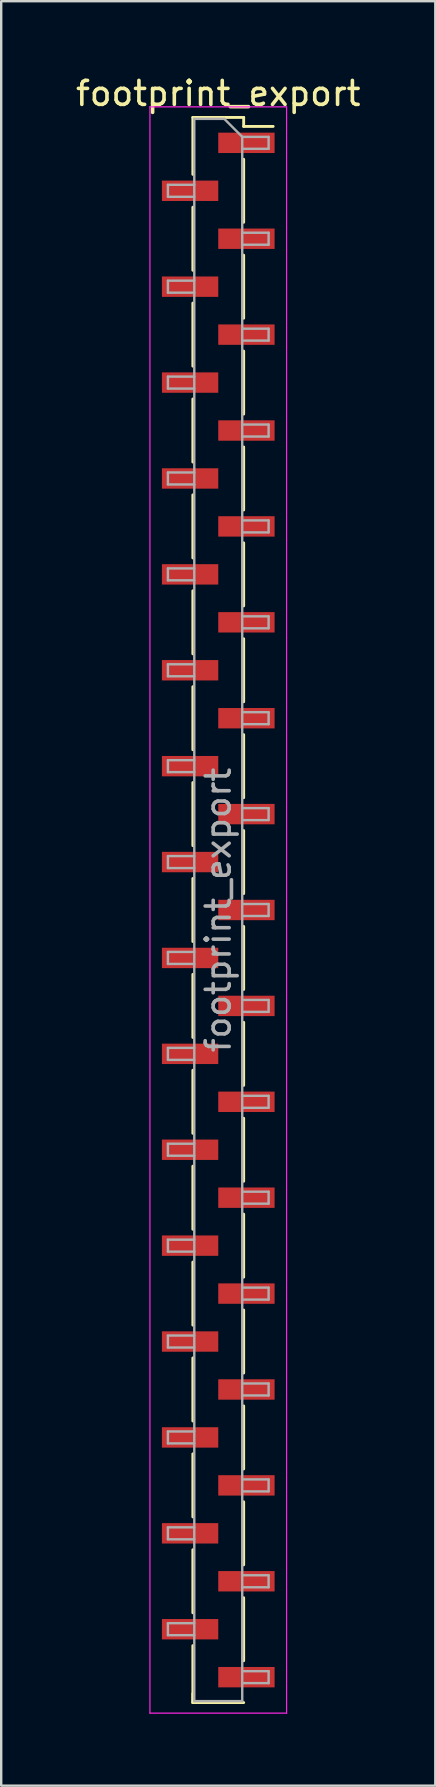
<source format=kicad_pcb>
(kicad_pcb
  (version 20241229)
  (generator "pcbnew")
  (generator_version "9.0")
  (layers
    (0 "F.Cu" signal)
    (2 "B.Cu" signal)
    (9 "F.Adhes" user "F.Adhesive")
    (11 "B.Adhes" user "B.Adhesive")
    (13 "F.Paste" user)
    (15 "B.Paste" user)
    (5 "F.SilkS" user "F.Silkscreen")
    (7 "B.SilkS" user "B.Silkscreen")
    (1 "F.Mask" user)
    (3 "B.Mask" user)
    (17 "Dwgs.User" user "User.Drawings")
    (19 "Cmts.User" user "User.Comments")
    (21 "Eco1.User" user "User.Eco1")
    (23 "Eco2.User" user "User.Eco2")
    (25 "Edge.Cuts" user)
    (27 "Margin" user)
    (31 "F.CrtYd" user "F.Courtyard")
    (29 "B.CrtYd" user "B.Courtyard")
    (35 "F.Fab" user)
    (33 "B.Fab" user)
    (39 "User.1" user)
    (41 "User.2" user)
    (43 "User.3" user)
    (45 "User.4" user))
  (footprint "footprint_export"
    (layer "F.Cu")
    (at 6.054 34.908)
    (property "Reference" "footprint_export" (at 0 -34.06 0) (layer "F.SilkS") (effects (font (size 1 1) (thickness 0.15))))
    (attr smd)
    (fp_line (start -1.06 -33.06) (end -1.06 -30.685) (stroke (width 0.12) (type solid)) (layer "F.SilkS"))
    (fp_line (start -1.06 -33.06) (end 1.06 -33.06) (stroke (width 0.12) (type solid)) (layer "F.SilkS"))
    (fp_line (start -1.06 -29.315) (end -1.06 -26.685) (stroke (width 0.12) (type solid)) (layer "F.SilkS"))
    (fp_line (start -1.06 -25.315) (end -1.06 -22.685) (stroke (width 0.12) (type solid)) (layer "F.SilkS"))
    (fp_line (start -1.06 -21.315) (end -1.06 -18.685) (stroke (width 0.12) (type solid)) (layer "F.SilkS"))
    (fp_line (start -1.06 -17.315) (end -1.06 -14.685) (stroke (width 0.12) (type solid)) (layer "F.SilkS"))
    (fp_line (start -1.06 -13.315) (end -1.06 -10.685) (stroke (width 0.12) (type solid)) (layer "F.SilkS"))
    (fp_line (start -1.06 -9.315) (end -1.06 -6.685) (stroke (width 0.12) (type solid)) (layer "F.SilkS"))
    (fp_line (start -1.06 -5.315) (end -1.06 -2.685) (stroke (width 0.12) (type solid)) (layer "F.SilkS"))
    (fp_line (start -1.06 -1.315) (end -1.06 1.315) (stroke (width 0.12) (type solid)) (layer "F.SilkS"))
    (fp_line (start -1.06 2.685) (end -1.06 5.315) (stroke (width 0.12) (type solid)) (layer "F.SilkS"))
    (fp_line (start -1.06 6.685) (end -1.06 9.315) (stroke (width 0.12) (type solid)) (layer "F.SilkS"))
    (fp_line (start -1.06 10.685) (end -1.06 13.315) (stroke (width 0.12) (type solid)) (layer "F.SilkS"))
    (fp_line (start -1.06 14.685) (end -1.06 17.315) (stroke (width 0.12) (type solid)) (layer "F.SilkS"))
    (fp_line (start -1.06 18.685) (end -1.06 21.315) (stroke (width 0.12) (type solid)) (layer "F.SilkS"))
    (fp_line (start -1.06 22.685) (end -1.06 25.315) (stroke (width 0.12) (type solid)) (layer "F.SilkS"))
    (fp_line (start -1.06 26.685) (end -1.06 29.315) (stroke (width 0.12) (type solid)) (layer "F.SilkS"))
    (fp_line (start -1.06 30.685) (end -1.06 33.06) (stroke (width 0.12) (type solid)) (layer "F.SilkS"))
    (fp_line (start -1.06 32.685) (end -1.06 33.06) (stroke (width 0.12) (type solid)) (layer "F.SilkS"))
    (fp_line (start -1.06 33.06) (end 1.06 33.06) (stroke (width 0.12) (type solid)) (layer "F.SilkS"))
    (fp_line (start 1.06 -33.06) (end 1.06 -32.685) (stroke (width 0.12) (type solid)) (layer "F.SilkS"))
    (fp_line (start 1.06 -32.685) (end 2.29 -32.685) (stroke (width 0.12) (type solid)) (layer "F.SilkS"))
    (fp_line (start 1.06 -31.315) (end 1.06 -28.685) (stroke (width 0.12) (type solid)) (layer "F.SilkS"))
    (fp_line (start 1.06 -27.315) (end 1.06 -24.685) (stroke (width 0.12) (type solid)) (layer "F.SilkS"))
    (fp_line (start 1.06 -23.315) (end 1.06 -20.685) (stroke (width 0.12) (type solid)) (layer "F.SilkS"))
    (fp_line (start 1.06 -19.315) (end 1.06 -16.685) (stroke (width 0.12) (type solid)) (layer "F.SilkS"))
    (fp_line (start 1.06 -15.315) (end 1.06 -12.685) (stroke (width 0.12) (type solid)) (layer "F.SilkS"))
    (fp_line (start 1.06 -11.315) (end 1.06 -8.685) (stroke (width 0.12) (type solid)) (layer "F.SilkS"))
    (fp_line (start 1.06 -7.315) (end 1.06 -4.685) (stroke (width 0.12) (type solid)) (layer "F.SilkS"))
    (fp_line (start 1.06 -3.315) (end 1.06 -0.685) (stroke (width 0.12) (type solid)) (layer "F.SilkS"))
    (fp_line (start 1.06 0.685) (end 1.06 3.315) (stroke (width 0.12) (type solid)) (layer "F.SilkS"))
    (fp_line (start 1.06 4.685) (end 1.06 7.315) (stroke (width 0.12) (type solid)) (layer "F.SilkS"))
    (fp_line (start 1.06 8.685) (end 1.06 11.315) (stroke (width 0.12) (type solid)) (layer "F.SilkS"))
    (fp_line (start 1.06 12.685) (end 1.06 15.315) (stroke (width 0.12) (type solid)) (layer "F.SilkS"))
    (fp_line (start 1.06 16.685) (end 1.06 19.315) (stroke (width 0.12) (type solid)) (layer "F.SilkS"))
    (fp_line (start 1.06 20.685) (end 1.06 23.315) (stroke (width 0.12) (type solid)) (layer "F.SilkS"))
    (fp_line (start 1.06 24.685) (end 1.06 27.315) (stroke (width 0.12) (type solid)) (layer "F.SilkS"))
    (fp_line (start 1.06 28.685) (end 1.06 31.315) (stroke (width 0.12) (type solid)) (layer "F.SilkS"))
    (fp_line (start -2.85 -33.5) (end -2.85 33.5) (stroke (width 0.05) (type solid)) (layer "F.CrtYd"))
    (fp_line (start -2.85 33.5) (end 2.85 33.5) (stroke (width 0.05) (type solid)) (layer "F.CrtYd"))
    (fp_line (start 2.85 -33.5) (end -2.85 -33.5) (stroke (width 0.05) (type solid)) (layer "F.CrtYd"))
    (fp_line (start 2.85 33.5) (end 2.85 -33.5) (stroke (width 0.05) (type solid)) (layer "F.CrtYd"))
    (fp_line (start -2.1 -30.25) (end -2.1 -29.75) (stroke (width 0.1) (type solid)) (layer "F.Fab"))
    (fp_line (start -2.1 -29.75) (end -1 -29.75) (stroke (width 0.1) (type solid)) (layer "F.Fab"))
    (fp_line (start -2.1 -26.25) (end -2.1 -25.75) (stroke (width 0.1) (type solid)) (layer "F.Fab"))
    (fp_line (start -2.1 -25.75) (end -1 -25.75) (stroke (width 0.1) (type solid)) (layer "F.Fab"))
    (fp_line (start -2.1 -22.25) (end -2.1 -21.75) (stroke (width 0.1) (type solid)) (layer "F.Fab"))
    (fp_line (start -2.1 -21.75) (end -1 -21.75) (stroke (width 0.1) (type solid)) (layer "F.Fab"))
    (fp_line (start -2.1 -18.25) (end -2.1 -17.75) (stroke (width 0.1) (type solid)) (layer "F.Fab"))
    (fp_line (start -2.1 -17.75) (end -1 -17.75) (stroke (width 0.1) (type solid)) (layer "F.Fab"))
    (fp_line (start -2.1 -14.25) (end -2.1 -13.75) (stroke (width 0.1) (type solid)) (layer "F.Fab"))
    (fp_line (start -2.1 -13.75) (end -1 -13.75) (stroke (width 0.1) (type solid)) (layer "F.Fab"))
    (fp_line (start -2.1 -10.25) (end -2.1 -9.75) (stroke (width 0.1) (type solid)) (layer "F.Fab"))
    (fp_line (start -2.1 -9.75) (end -1 -9.75) (stroke (width 0.1) (type solid)) (layer "F.Fab"))
    (fp_line (start -2.1 -6.25) (end -2.1 -5.75) (stroke (width 0.1) (type solid)) (layer "F.Fab"))
    (fp_line (start -2.1 -5.75) (end -1 -5.75) (stroke (width 0.1) (type solid)) (layer "F.Fab"))
    (fp_line (start -2.1 -2.25) (end -2.1 -1.75) (stroke (width 0.1) (type solid)) (layer "F.Fab"))
    (fp_line (start -2.1 -1.75) (end -1 -1.75) (stroke (width 0.1) (type solid)) (layer "F.Fab"))
    (fp_line (start -2.1 1.75) (end -2.1 2.25) (stroke (width 0.1) (type solid)) (layer "F.Fab"))
    (fp_line (start -2.1 2.25) (end -1 2.25) (stroke (width 0.1) (type solid)) (layer "F.Fab"))
    (fp_line (start -2.1 5.75) (end -2.1 6.25) (stroke (width 0.1) (type solid)) (layer "F.Fab"))
    (fp_line (start -2.1 6.25) (end -1 6.25) (stroke (width 0.1) (type solid)) (layer "F.Fab"))
    (fp_line (start -2.1 9.75) (end -2.1 10.25) (stroke (width 0.1) (type solid)) (layer "F.Fab"))
    (fp_line (start -2.1 10.25) (end -1 10.25) (stroke (width 0.1) (type solid)) (layer "F.Fab"))
    (fp_line (start -2.1 13.75) (end -2.1 14.25) (stroke (width 0.1) (type solid)) (layer "F.Fab"))
    (fp_line (start -2.1 14.25) (end -1 14.25) (stroke (width 0.1) (type solid)) (layer "F.Fab"))
    (fp_line (start -2.1 17.75) (end -2.1 18.25) (stroke (width 0.1) (type solid)) (layer "F.Fab"))
    (fp_line (start -2.1 18.25) (end -1 18.25) (stroke (width 0.1) (type solid)) (layer "F.Fab"))
    (fp_line (start -2.1 21.75) (end -2.1 22.25) (stroke (width 0.1) (type solid)) (layer "F.Fab"))
    (fp_line (start -2.1 22.25) (end -1 22.25) (stroke (width 0.1) (type solid)) (layer "F.Fab"))
    (fp_line (start -2.1 25.75) (end -2.1 26.25) (stroke (width 0.1) (type solid)) (layer "F.Fab"))
    (fp_line (start -2.1 26.25) (end -1 26.25) (stroke (width 0.1) (type solid)) (layer "F.Fab"))
    (fp_line (start -2.1 29.75) (end -2.1 30.25) (stroke (width 0.1) (type solid)) (layer "F.Fab"))
    (fp_line (start -2.1 30.25) (end -1 30.25) (stroke (width 0.1) (type solid)) (layer "F.Fab"))
    (fp_line (start -1 -33) (end -1 33) (stroke (width 0.1) (type solid)) (layer "F.Fab"))
    (fp_line (start -1 -33) (end 0.25 -33) (stroke (width 0.1) (type solid)) (layer "F.Fab"))
    (fp_line (start -1 -30.25) (end -2.1 -30.25) (stroke (width 0.1) (type solid)) (layer "F.Fab"))
    (fp_line (start -1 -26.25) (end -2.1 -26.25) (stroke (width 0.1) (type solid)) (layer "F.Fab"))
    (fp_line (start -1 -22.25) (end -2.1 -22.25) (stroke (width 0.1) (type solid)) (layer "F.Fab"))
    (fp_line (start -1 -18.25) (end -2.1 -18.25) (stroke (width 0.1) (type solid)) (layer "F.Fab"))
    (fp_line (start -1 -14.25) (end -2.1 -14.25) (stroke (width 0.1) (type solid)) (layer "F.Fab"))
    (fp_line (start -1 -10.25) (end -2.1 -10.25) (stroke (width 0.1) (type solid)) (layer "F.Fab"))
    (fp_line (start -1 -6.25) (end -2.1 -6.25) (stroke (width 0.1) (type solid)) (layer "F.Fab"))
    (fp_line (start -1 -2.25) (end -2.1 -2.25) (stroke (width 0.1) (type solid)) (layer "F.Fab"))
    (fp_line (start -1 1.75) (end -2.1 1.75) (stroke (width 0.1) (type solid)) (layer "F.Fab"))
    (fp_line (start -1 5.75) (end -2.1 5.75) (stroke (width 0.1) (type solid)) (layer "F.Fab"))
    (fp_line (start -1 9.75) (end -2.1 9.75) (stroke (width 0.1) (type solid)) (layer "F.Fab"))
    (fp_line (start -1 13.75) (end -2.1 13.75) (stroke (width 0.1) (type solid)) (layer "F.Fab"))
    (fp_line (start -1 17.75) (end -2.1 17.75) (stroke (width 0.1) (type solid)) (layer "F.Fab"))
    (fp_line (start -1 21.75) (end -2.1 21.75) (stroke (width 0.1) (type solid)) (layer "F.Fab"))
    (fp_line (start -1 25.75) (end -2.1 25.75) (stroke (width 0.1) (type solid)) (layer "F.Fab"))
    (fp_line (start -1 29.75) (end -2.1 29.75) (stroke (width 0.1) (type solid)) (layer "F.Fab"))
    (fp_line (start 1 -32.25) (end 0.25 -33) (stroke (width 0.1) (type solid)) (layer "F.Fab"))
    (fp_line (start 1 -32.25) (end 2.1 -32.25) (stroke (width 0.1) (type solid)) (layer "F.Fab"))
    (fp_line (start 1 -28.25) (end 2.1 -28.25) (stroke (width 0.1) (type solid)) (layer "F.Fab"))
    (fp_line (start 1 -24.25) (end 2.1 -24.25) (stroke (width 0.1) (type solid)) (layer "F.Fab"))
    (fp_line (start 1 -20.25) (end 2.1 -20.25) (stroke (width 0.1) (type solid)) (layer "F.Fab"))
    (fp_line (start 1 -16.25) (end 2.1 -16.25) (stroke (width 0.1) (type solid)) (layer "F.Fab"))
    (fp_line (start 1 -12.25) (end 2.1 -12.25) (stroke (width 0.1) (type solid)) (layer "F.Fab"))
    (fp_line (start 1 -8.25) (end 2.1 -8.25) (stroke (width 0.1) (type solid)) (layer "F.Fab"))
    (fp_line (start 1 -4.25) (end 2.1 -4.25) (stroke (width 0.1) (type solid)) (layer "F.Fab"))
    (fp_line (start 1 -0.25) (end 2.1 -0.25) (stroke (width 0.1) (type solid)) (layer "F.Fab"))
    (fp_line (start 1 3.75) (end 2.1 3.75) (stroke (width 0.1) (type solid)) (layer "F.Fab"))
    (fp_line (start 1 7.75) (end 2.1 7.75) (stroke (width 0.1) (type solid)) (layer "F.Fab"))
    (fp_line (start 1 11.75) (end 2.1 11.75) (stroke (width 0.1) (type solid)) (layer "F.Fab"))
    (fp_line (start 1 15.75) (end 2.1 15.75) (stroke (width 0.1) (type solid)) (layer "F.Fab"))
    (fp_line (start 1 19.75) (end 2.1 19.75) (stroke (width 0.1) (type solid)) (layer "F.Fab"))
    (fp_line (start 1 23.75) (end 2.1 23.75) (stroke (width 0.1) (type solid)) (layer "F.Fab"))
    (fp_line (start 1 27.75) (end 2.1 27.75) (stroke (width 0.1) (type solid)) (layer "F.Fab"))
    (fp_line (start 1 31.75) (end 2.1 31.75) (stroke (width 0.1) (type solid)) (layer "F.Fab"))
    (fp_line (start 1 33) (end -1 33) (stroke (width 0.1) (type solid)) (layer "F.Fab"))
    (fp_line (start 1 33) (end 1 -32.25) (stroke (width 0.1) (type solid)) (layer "F.Fab"))
    (fp_line (start 2.1 -32.25) (end 2.1 -31.75) (stroke (width 0.1) (type solid)) (layer "F.Fab"))
    (fp_line (start 2.1 -31.75) (end 1 -31.75) (stroke (width 0.1) (type solid)) (layer "F.Fab"))
    (fp_line (start 2.1 -28.25) (end 2.1 -27.75) (stroke (width 0.1) (type solid)) (layer "F.Fab"))
    (fp_line (start 2.1 -27.75) (end 1 -27.75) (stroke (width 0.1) (type solid)) (layer "F.Fab"))
    (fp_line (start 2.1 -24.25) (end 2.1 -23.75) (stroke (width 0.1) (type solid)) (layer "F.Fab"))
    (fp_line (start 2.1 -23.75) (end 1 -23.75) (stroke (width 0.1) (type solid)) (layer "F.Fab"))
    (fp_line (start 2.1 -20.25) (end 2.1 -19.75) (stroke (width 0.1) (type solid)) (layer "F.Fab"))
    (fp_line (start 2.1 -19.75) (end 1 -19.75) (stroke (width 0.1) (type solid)) (layer "F.Fab"))
    (fp_line (start 2.1 -16.25) (end 2.1 -15.75) (stroke (width 0.1) (type solid)) (layer "F.Fab"))
    (fp_line (start 2.1 -15.75) (end 1 -15.75) (stroke (width 0.1) (type solid)) (layer "F.Fab"))
    (fp_line (start 2.1 -12.25) (end 2.1 -11.75) (stroke (width 0.1) (type solid)) (layer "F.Fab"))
    (fp_line (start 2.1 -11.75) (end 1 -11.75) (stroke (width 0.1) (type solid)) (layer "F.Fab"))
    (fp_line (start 2.1 -8.25) (end 2.1 -7.75) (stroke (width 0.1) (type solid)) (layer "F.Fab"))
    (fp_line (start 2.1 -7.75) (end 1 -7.75) (stroke (width 0.1) (type solid)) (layer "F.Fab"))
    (fp_line (start 2.1 -4.25) (end 2.1 -3.75) (stroke (width 0.1) (type solid)) (layer "F.Fab"))
    (fp_line (start 2.1 -3.75) (end 1 -3.75) (stroke (width 0.1) (type solid)) (layer "F.Fab"))
    (fp_line (start 2.1 -0.25) (end 2.1 0.25) (stroke (width 0.1) (type solid)) (layer "F.Fab"))
    (fp_line (start 2.1 0.25) (end 1 0.25) (stroke (width 0.1) (type solid)) (layer "F.Fab"))
    (fp_line (start 2.1 3.75) (end 2.1 4.25) (stroke (width 0.1) (type solid)) (layer "F.Fab"))
    (fp_line (start 2.1 4.25) (end 1 4.25) (stroke (width 0.1) (type solid)) (layer "F.Fab"))
    (fp_line (start 2.1 7.75) (end 2.1 8.25) (stroke (width 0.1) (type solid)) (layer "F.Fab"))
    (fp_line (start 2.1 8.25) (end 1 8.25) (stroke (width 0.1) (type solid)) (layer "F.Fab"))
    (fp_line (start 2.1 11.75) (end 2.1 12.25) (stroke (width 0.1) (type solid)) (layer "F.Fab"))
    (fp_line (start 2.1 12.25) (end 1 12.25) (stroke (width 0.1) (type solid)) (layer "F.Fab"))
    (fp_line (start 2.1 15.75) (end 2.1 16.25) (stroke (width 0.1) (type solid)) (layer "F.Fab"))
    (fp_line (start 2.1 16.25) (end 1 16.25) (stroke (width 0.1) (type solid)) (layer "F.Fab"))
    (fp_line (start 2.1 19.75) (end 2.1 20.25) (stroke (width 0.1) (type solid)) (layer "F.Fab"))
    (fp_line (start 2.1 20.25) (end 1 20.25) (stroke (width 0.1) (type solid)) (layer "F.Fab"))
    (fp_line (start 2.1 23.75) (end 2.1 24.25) (stroke (width 0.1) (type solid)) (layer "F.Fab"))
    (fp_line (start 2.1 24.25) (end 1 24.25) (stroke (width 0.1) (type solid)) (layer "F.Fab"))
    (fp_line (start 2.1 27.75) (end 2.1 28.25) (stroke (width 0.1) (type solid)) (layer "F.Fab"))
    (fp_line (start 2.1 28.25) (end 1 28.25) (stroke (width 0.1) (type solid)) (layer "F.Fab"))
    (fp_line (start 2.1 31.75) (end 2.1 32.25) (stroke (width 0.1) (type solid)) (layer "F.Fab"))
    (fp_line (start 2.1 32.25) (end 1 32.25) (stroke (width 0.1) (type solid)) (layer "F.Fab"))
    (fp_text user "${REFERENCE}" (at 0 0 90) (layer "F.Fab") (effects (font (size 1 1) (thickness 0.15))))
    (pad "1" smd rect (at 1.175 -32) (size 2.35 0.85) (layers "F.Cu" "F.Mask" "F.Paste"))
    (pad "2" smd rect (at -1.175 -30) (size 2.35 0.85) (layers "F.Cu" "F.Mask" "F.Paste"))
    (pad "3" smd rect (at 1.175 -28) (size 2.35 0.85) (layers "F.Cu" "F.Mask" "F.Paste"))
    (pad "4" smd rect (at -1.175 -26) (size 2.35 0.85) (layers "F.Cu" "F.Mask" "F.Paste"))
    (pad "5" smd rect (at 1.175 -24) (size 2.35 0.85) (layers "F.Cu" "F.Mask" "F.Paste"))
    (pad "6" smd rect (at -1.175 -22) (size 2.35 0.85) (layers "F.Cu" "F.Mask" "F.Paste"))
    (pad "7" smd rect (at 1.175 -20) (size 2.35 0.85) (layers "F.Cu" "F.Mask" "F.Paste"))
    (pad "8" smd rect (at -1.175 -18) (size 2.35 0.85) (layers "F.Cu" "F.Mask" "F.Paste"))
    (pad "9" smd rect (at 1.175 -16) (size 2.35 0.85) (layers "F.Cu" "F.Mask" "F.Paste"))
    (pad "10" smd rect (at -1.175 -14) (size 2.35 0.85) (layers "F.Cu" "F.Mask" "F.Paste"))
    (pad "11" smd rect (at 1.175 -12) (size 2.35 0.85) (layers "F.Cu" "F.Mask" "F.Paste"))
    (pad "12" smd rect (at -1.175 -10) (size 2.35 0.85) (layers "F.Cu" "F.Mask" "F.Paste"))
    (pad "13" smd rect (at 1.175 -8) (size 2.35 0.85) (layers "F.Cu" "F.Mask" "F.Paste"))
    (pad "14" smd rect (at -1.175 -6) (size 2.35 0.85) (layers "F.Cu" "F.Mask" "F.Paste"))
    (pad "15" smd rect (at 1.175 -4) (size 2.35 0.85) (layers "F.Cu" "F.Mask" "F.Paste"))
    (pad "16" smd rect (at -1.175 -2) (size 2.35 0.85) (layers "F.Cu" "F.Mask" "F.Paste"))
    (pad "17" smd rect (at 1.175 0) (size 2.35 0.85) (layers "F.Cu" "F.Mask" "F.Paste"))
    (pad "18" smd rect (at -1.175 2) (size 2.35 0.85) (layers "F.Cu" "F.Mask" "F.Paste"))
    (pad "19" smd rect (at 1.175 4) (size 2.35 0.85) (layers "F.Cu" "F.Mask" "F.Paste"))
    (pad "20" smd rect (at -1.175 6) (size 2.35 0.85) (layers "F.Cu" "F.Mask" "F.Paste"))
    (pad "21" smd rect (at 1.175 8) (size 2.35 0.85) (layers "F.Cu" "F.Mask" "F.Paste"))
    (pad "22" smd rect (at -1.175 10) (size 2.35 0.85) (layers "F.Cu" "F.Mask" "F.Paste"))
    (pad "23" smd rect (at 1.175 12) (size 2.35 0.85) (layers "F.Cu" "F.Mask" "F.Paste"))
    (pad "24" smd rect (at -1.175 14) (size 2.35 0.85) (layers "F.Cu" "F.Mask" "F.Paste"))
    (pad "25" smd rect (at 1.175 16) (size 2.35 0.85) (layers "F.Cu" "F.Mask" "F.Paste"))
    (pad "26" smd rect (at -1.175 18) (size 2.35 0.85) (layers "F.Cu" "F.Mask" "F.Paste"))
    (pad "27" smd rect (at 1.175 20) (size 2.35 0.85) (layers "F.Cu" "F.Mask" "F.Paste"))
    (pad "28" smd rect (at -1.175 22) (size 2.35 0.85) (layers "F.Cu" "F.Mask" "F.Paste"))
    (pad "29" smd rect (at 1.175 24) (size 2.35 0.85) (layers "F.Cu" "F.Mask" "F.Paste"))
    (pad "30" smd rect (at -1.175 26) (size 2.35 0.85) (layers "F.Cu" "F.Mask" "F.Paste"))
    (pad "31" smd rect (at 1.175 28) (size 2.35 0.85) (layers "F.Cu" "F.Mask" "F.Paste"))
    (pad "32" smd rect (at -1.175 30) (size 2.35 0.85) (layers "F.Cu" "F.Mask" "F.Paste"))
    (pad "33" smd rect (at 1.175 32) (size 2.35 0.85) (layers "F.Cu" "F.Mask" "F.Paste")))
  (gr_rect
    (start -3 -3)
    (end 15.107 71.433)
    (stroke (width 0.1) (type default))
    (fill no)
    (layer "Edge.Cuts")))
</source>
